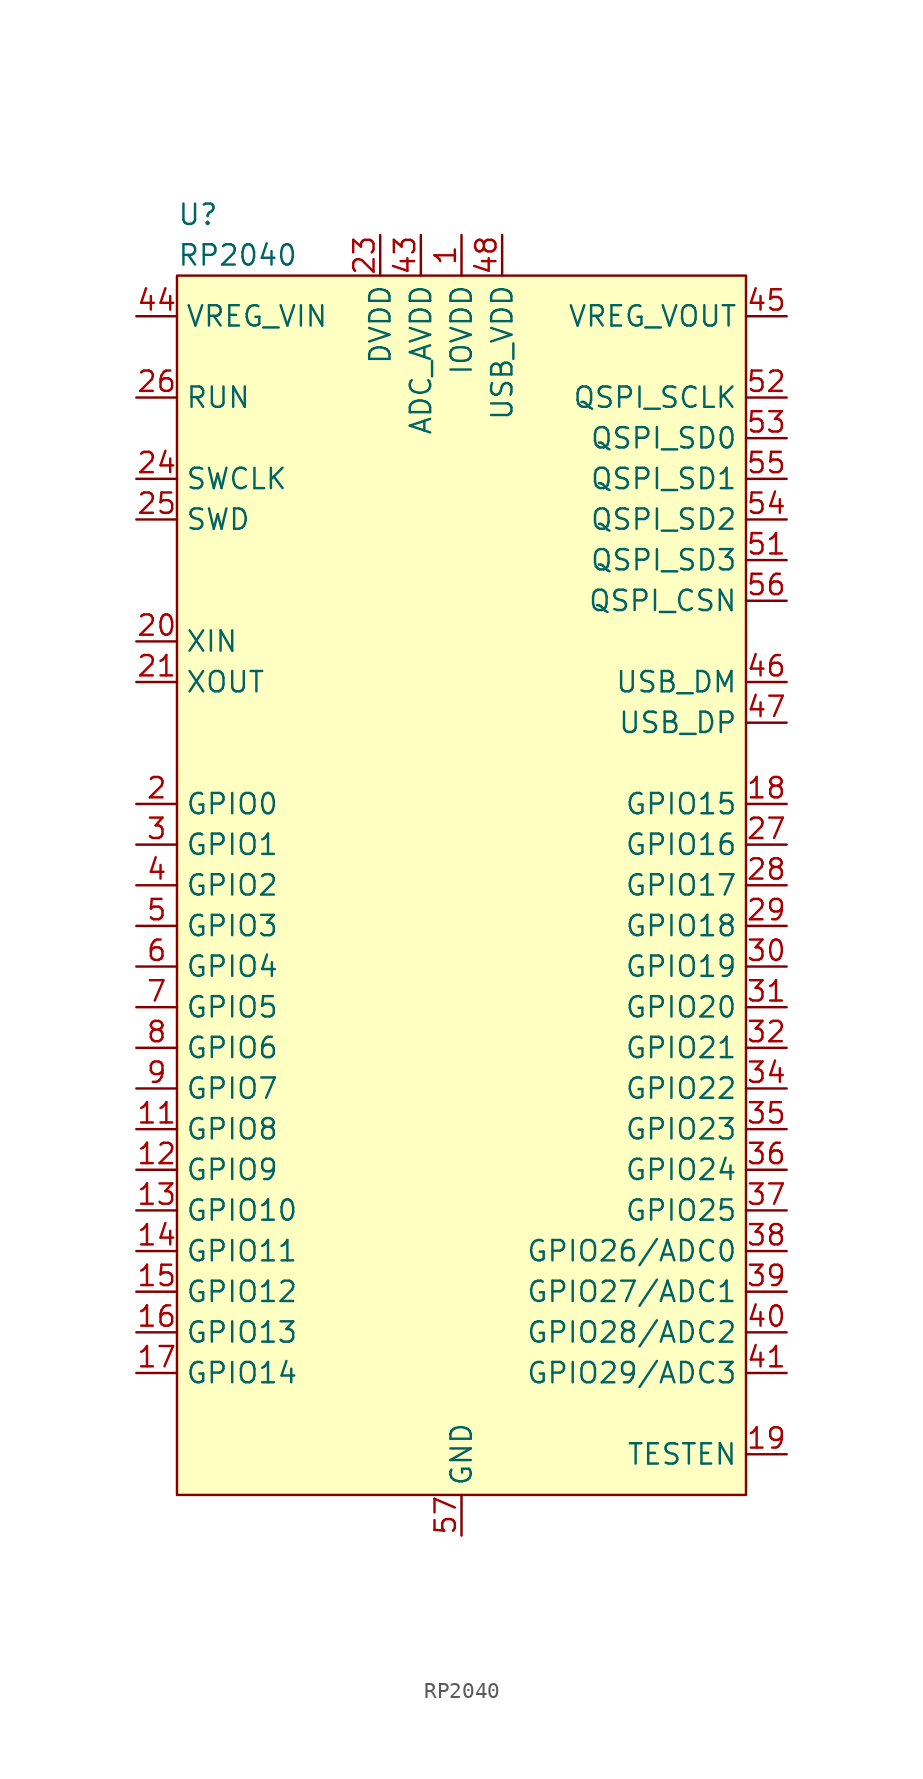
<source format=kicad_sym>
(kicad_symbol_lib
  (version 20211014)
  (generator kicad_symbol_editor)
  (symbol "RP2040"
    (property "Reference" "U"
      (at -17.78 41.91 0)
      (effects (font (size 1.27 1.27)) (justify left)))
    (property "Value" "RP2040"
      (at -17.78 39.37 0)
      (effects (font (size 1.27 1.27)) (justify left)))
    (symbol "RP2040_0_0"
      (rectangle (start -17.78 38.1) (end 17.78 -38.1) (stroke (width 0) (type default) (color 0 0 0 0)) (fill (type background)))
      (pin power_in line (at 0 40.64 270) (length 2.54) (name "IOVDD" (effects (font (size 1.27 1.27)))) (number "1" (effects (font (size 1.27 1.27)))))
      (pin power_in line (at 0 40.64 270) (length 2.54) hide (name "IOVDD" (effects (font (size 1.27 1.27)))) (number "10" (effects (font (size 1.27 1.27)))))
      (pin bidirectional line (at -20.32 -15.24 0) (length 2.54) (name "GPIO8" (effects (font (size 1.27 1.27)))) (number "11" (effects (font (size 1.27 1.27)))))
      (pin bidirectional line (at -20.32 -17.78 0) (length 2.54) (name "GPIO9" (effects (font (size 1.27 1.27)))) (number "12" (effects (font (size 1.27 1.27)))))
      (pin bidirectional line (at -20.32 -20.32 0) (length 2.54) (name "GPIO10" (effects (font (size 1.27 1.27)))) (number "13" (effects (font (size 1.27 1.27)))))
      (pin bidirectional line (at -20.32 -22.86 0) (length 2.54) (name "GPIO11" (effects (font (size 1.27 1.27)))) (number "14" (effects (font (size 1.27 1.27)))))
      (pin bidirectional line (at -20.32 -25.4 0) (length 2.54) (name "GPIO12" (effects (font (size 1.27 1.27)))) (number "15" (effects (font (size 1.27 1.27)))))
      (pin bidirectional line (at -20.32 -27.94 0) (length 2.54) (name "GPIO13" (effects (font (size 1.27 1.27)))) (number "16" (effects (font (size 1.27 1.27)))))
      (pin bidirectional line (at -20.32 -30.48 0) (length 2.54) (name "GPIO14" (effects (font (size 1.27 1.27)))) (number "17" (effects (font (size 1.27 1.27)))))
      (pin bidirectional line (at 20.32 5.08 180) (length 2.54) (name "GPIO15" (effects (font (size 1.27 1.27)))) (number "18" (effects (font (size 1.27 1.27)))))
      (pin input line (at 20.32 -35.56 180) (length 2.54) (name "TESTEN" (effects (font (size 1.27 1.27)))) (number "19" (effects (font (size 1.27 1.27)))))
      (pin bidirectional line (at -20.32 5.08 0) (length 2.54) (name "GPIO0" (effects (font (size 1.27 1.27)))) (number "2" (effects (font (size 1.27 1.27)))))
      (pin input line (at -20.32 15.24 0) (length 2.54) (name "XIN" (effects (font (size 1.27 1.27)))) (number "20" (effects (font (size 1.27 1.27)))))
      (pin output line (at -20.32 12.7 0) (length 2.54) (name "XOUT" (effects (font (size 1.27 1.27)))) (number "21" (effects (font (size 1.27 1.27)))))
      (pin power_in line (at 0 40.64 270) (length 2.54) hide (name "IOVDD" (effects (font (size 1.27 1.27)))) (number "22" (effects (font (size 1.27 1.27)))))
      (pin power_in line (at -5.08 40.64 270) (length 2.54) (name "DVDD" (effects (font (size 1.27 1.27)))) (number "23" (effects (font (size 1.27 1.27)))))
      (pin input line (at -20.32 25.4 0) (length 2.54) (name "SWCLK" (effects (font (size 1.27 1.27)))) (number "24" (effects (font (size 1.27 1.27)))))
      (pin bidirectional line (at -20.32 22.86 0) (length 2.54) (name "SWD" (effects (font (size 1.27 1.27)))) (number "25" (effects (font (size 1.27 1.27)))))
      (pin input line (at -20.32 30.48 0) (length 2.54) (name "RUN" (effects (font (size 1.27 1.27)))) (number "26" (effects (font (size 1.27 1.27)))))
      (pin bidirectional line (at 20.32 2.54 180) (length 2.54) (name "GPIO16" (effects (font (size 1.27 1.27)))) (number "27" (effects (font (size 1.27 1.27)))))
      (pin bidirectional line (at 20.32 0 180) (length 2.54) (name "GPIO17" (effects (font (size 1.27 1.27)))) (number "28" (effects (font (size 1.27 1.27)))))
      (pin bidirectional line (at 20.32 -2.54 180) (length 2.54) (name "GPIO18" (effects (font (size 1.27 1.27)))) (number "29" (effects (font (size 1.27 1.27)))))
      (pin bidirectional line (at -20.32 2.54 0) (length 2.54) (name "GPIO1" (effects (font (size 1.27 1.27)))) (number "3" (effects (font (size 1.27 1.27)))))
      (pin bidirectional line (at 20.32 -5.08 180) (length 2.54) (name "GPIO19" (effects (font (size 1.27 1.27)))) (number "30" (effects (font (size 1.27 1.27)))))
      (pin bidirectional line (at 20.32 -7.62 180) (length 2.54) (name "GPIO20" (effects (font (size 1.27 1.27)))) (number "31" (effects (font (size 1.27 1.27)))))
      (pin bidirectional line (at 20.32 -10.16 180) (length 2.54) (name "GPIO21" (effects (font (size 1.27 1.27)))) (number "32" (effects (font (size 1.27 1.27)))))
      (pin power_in line (at 0 40.64 270) (length 2.54) hide (name "IOVDD" (effects (font (size 1.27 1.27)))) (number "33" (effects (font (size 1.27 1.27)))))
      (pin bidirectional line (at 20.32 -12.7 180) (length 2.54) (name "GPIO22" (effects (font (size 1.27 1.27)))) (number "34" (effects (font (size 1.27 1.27)))))
      (pin bidirectional line (at 20.32 -15.24 180) (length 2.54) (name "GPIO23" (effects (font (size 1.27 1.27)))) (number "35" (effects (font (size 1.27 1.27)))))
      (pin bidirectional line (at 20.32 -17.78 180) (length 2.54) (name "GPIO24" (effects (font (size 1.27 1.27)))) (number "36" (effects (font (size 1.27 1.27)))))
      (pin bidirectional line (at 20.32 -20.32 180) (length 2.54) (name "GPIO25" (effects (font (size 1.27 1.27)))) (number "37" (effects (font (size 1.27 1.27)))))
      (pin bidirectional line (at 20.32 -22.86 180) (length 2.54) (name "GPIO26/ADC0" (effects (font (size 1.27 1.27)))) (number "38" (effects (font (size 1.27 1.27)))))
      (pin bidirectional line (at 20.32 -25.4 180) (length 2.54) (name "GPIO27/ADC1" (effects (font (size 1.27 1.27)))) (number "39" (effects (font (size 1.27 1.27)))))
      (pin bidirectional line (at -20.32 0 0) (length 2.54) (name "GPIO2" (effects (font (size 1.27 1.27)))) (number "4" (effects (font (size 1.27 1.27)))))
      (pin bidirectional line (at 20.32 -27.94 180) (length 2.54) (name "GPIO28/ADC2" (effects (font (size 1.27 1.27)))) (number "40" (effects (font (size 1.27 1.27)))))
      (pin bidirectional line (at 20.32 -30.48 180) (length 2.54) (name "GPIO29/ADC3" (effects (font (size 1.27 1.27)))) (number "41" (effects (font (size 1.27 1.27)))))
      (pin power_in line (at 0 40.64 270) (length 2.54) hide (name "IOVDD" (effects (font (size 1.27 1.27)))) (number "42" (effects (font (size 1.27 1.27)))))
      (pin power_in line (at -2.54 40.64 270) (length 2.54) (name "ADC_AVDD" (effects (font (size 1.27 1.27)))) (number "43" (effects (font (size 1.27 1.27)))))
      (pin power_in line (at -20.32 35.56 0) (length 2.54) (name "VREG_VIN" (effects (font (size 1.27 1.27)))) (number "44" (effects (font (size 1.27 1.27)))))
      (pin power_out line (at 20.32 35.56 180) (length 2.54) (name "VREG_VOUT" (effects (font (size 1.27 1.27)))) (number "45" (effects (font (size 1.27 1.27)))))
      (pin bidirectional line (at 20.32 12.7 180) (length 2.54) (name "USB_DM" (effects (font (size 1.27 1.27)))) (number "46" (effects (font (size 1.27 1.27)))))
      (pin bidirectional line (at 20.32 10.16 180) (length 2.54) (name "USB_DP" (effects (font (size 1.27 1.27)))) (number "47" (effects (font (size 1.27 1.27)))))
      (pin power_in line (at 2.54 40.64 270) (length 2.54) (name "USB_VDD" (effects (font (size 1.27 1.27)))) (number "48" (effects (font (size 1.27 1.27)))))
      (pin power_in line (at 0 40.64 270) (length 2.54) hide (name "IOVDD" (effects (font (size 1.27 1.27)))) (number "49" (effects (font (size 1.27 1.27)))))
      (pin bidirectional line (at -20.32 -2.54 0) (length 2.54) (name "GPIO3" (effects (font (size 1.27 1.27)))) (number "5" (effects (font (size 1.27 1.27)))))
      (pin power_in line (at -5.08 40.64 270) (length 2.54) hide (name "DVDD" (effects (font (size 1.27 1.27)))) (number "50" (effects (font (size 1.27 1.27)))))
      (pin bidirectional line (at 20.32 20.32 180) (length 2.54) (name "QSPI_SD3" (effects (font (size 1.27 1.27)))) (number "51" (effects (font (size 1.27 1.27)))))
      (pin bidirectional line (at 20.32 30.48 180) (length 2.54) (name "QSPI_SCLK" (effects (font (size 1.27 1.27)))) (number "52" (effects (font (size 1.27 1.27)))))
      (pin bidirectional line (at 20.32 27.94 180) (length 2.54) (name "QSPI_SD0" (effects (font (size 1.27 1.27)))) (number "53" (effects (font (size 1.27 1.27)))))
      (pin bidirectional line (at 20.32 22.86 180) (length 2.54) (name "QSPI_SD2" (effects (font (size 1.27 1.27)))) (number "54" (effects (font (size 1.27 1.27)))))
      (pin bidirectional line (at 20.32 25.4 180) (length 2.54) (name "QSPI_SD1" (effects (font (size 1.27 1.27)))) (number "55" (effects (font (size 1.27 1.27)))))
      (pin bidirectional line (at 20.32 17.78 180) (length 2.54) (name "QSPI_CSN" (effects (font (size 1.27 1.27)))) (number "56" (effects (font (size 1.27 1.27)))))
      (pin power_in line (at 0 -40.64 90) (length 2.54) (name "GND" (effects (font (size 1.27 1.27)))) (number "57" (effects (font (size 1.27 1.27)))))
      (pin bidirectional line (at -20.32 -5.08 0) (length 2.54) (name "GPIO4" (effects (font (size 1.27 1.27)))) (number "6" (effects (font (size 1.27 1.27)))))
      (pin bidirectional line (at -20.32 -7.62 0) (length 2.54) (name "GPIO5" (effects (font (size 1.27 1.27)))) (number "7" (effects (font (size 1.27 1.27)))))
      (pin bidirectional line (at -20.32 -10.16 0) (length 2.54) (name "GPIO6" (effects (font (size 1.27 1.27)))) (number "8" (effects (font (size 1.27 1.27)))))
      (pin bidirectional line (at -20.32 -12.7 0) (length 2.54) (name "GPIO7" (effects (font (size 1.27 1.27)))) (number "9" (effects (font (size 1.27 1.27))))))))
</source>
